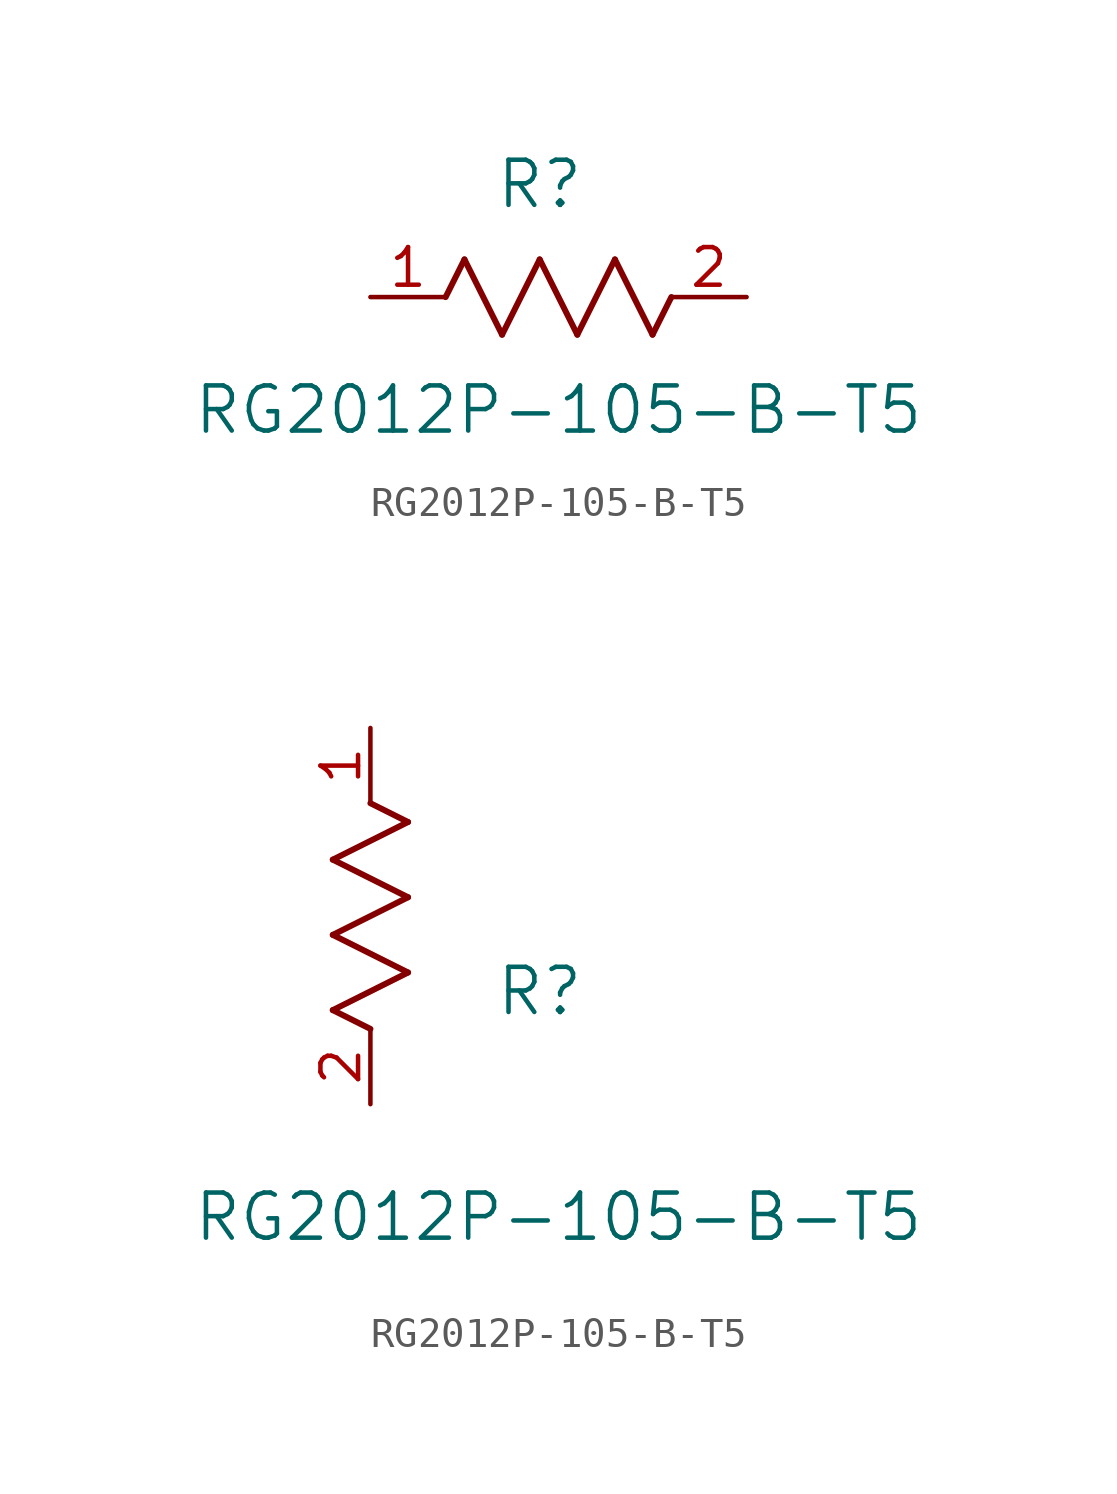
<source format=kicad_sym>
(kicad_symbol_lib
  (version 20211014)
  (generator kicad_symbol_editor)
  (symbol "RG2012P-105-B-T5"
    (pin_names
      (offset 0.254))
    (property "Reference" "R"
      (at 5.715 3.81 0)
      (effects (font (size 1.524 1.524))))
    (property "Value" "RG2012P-105-B-T5"
      (at 6.35 -3.81 0)
      (effects (font (size 1.524 1.524))))
    (symbol "RG2012P-105-B-T5_1_1"
      (polyline (pts (xy 3.175 1.27) (xy 4.445 -1.27)) (stroke (width 0.203) (type default) (color 0 0 0 0)) (fill (type none)))
      (polyline (pts (xy 4.445 -1.27) (xy 5.715 1.27)) (stroke (width 0.203) (type default) (color 0 0 0 0)) (fill (type none)))
      (polyline (pts (xy 5.715 1.27) (xy 6.985 -1.27)) (stroke (width 0.203) (type default) (color 0 0 0 0)) (fill (type none)))
      (polyline (pts (xy 6.985 -1.27) (xy 8.255 1.27)) (stroke (width 0.203) (type default) (color 0 0 0 0)) (fill (type none)))
      (polyline (pts (xy 8.255 1.27) (xy 9.525 -1.27)) (stroke (width 0.203) (type default) (color 0 0 0 0)) (fill (type none)))
      (polyline (pts (xy 2.54 0) (xy 3.175 1.27)) (stroke (width 0.203) (type default) (color 0 0 0 0)) (fill (type none)))
      (polyline (pts (xy 9.525 -1.27) (xy 10.16 0)) (stroke (width 0.203) (type default) (color 0 0 0 0)) (fill (type none)))
      (pin unspecified line (at 0 0 0) (length 2.54) (name "" (effects (font (size 1.27 1.27)))) (number "1" (effects (font (size 1.27 1.27)))))
      (pin unspecified line (at 12.7 0 180) (length 2.54) (name "" (effects (font (size 1.27 1.27)))) (number "2" (effects (font (size 1.27 1.27))))))
    (symbol "RG2012P-105-B-T5_1_2"
      (polyline (pts (xy 0 2.54) (xy -1.27 3.175)) (stroke (width 0.203) (type default) (color 0 0 0 0)) (fill (type none)))
      (polyline (pts (xy -1.27 3.175) (xy 1.27 4.445)) (stroke (width 0.203) (type default) (color 0 0 0 0)) (fill (type none)))
      (polyline (pts (xy 1.27 4.445) (xy -1.27 5.715)) (stroke (width 0.203) (type default) (color 0 0 0 0)) (fill (type none)))
      (polyline (pts (xy -1.27 5.715) (xy 1.27 6.985)) (stroke (width 0.203) (type default) (color 0 0 0 0)) (fill (type none)))
      (polyline (pts (xy -1.27 8.255) (xy 1.27 9.525)) (stroke (width 0.203) (type default) (color 0 0 0 0)) (fill (type none)))
      (polyline (pts (xy 1.27 9.525) (xy 0 10.16)) (stroke (width 0.203) (type default) (color 0 0 0 0)) (fill (type none)))
      (polyline (pts (xy 1.27 6.985) (xy -1.27 8.255)) (stroke (width 0.203) (type default) (color 0 0 0 0)) (fill (type none)))
      (pin unspecified line (at 0 12.7 270) (length 2.54) (name "" (effects (font (size 1.27 1.27)))) (number "1" (effects (font (size 1.27 1.27)))))
      (pin unspecified line (at 0 0 90) (length 2.54) (name "" (effects (font (size 1.27 1.27)))) (number "2" (effects (font (size 1.27 1.27))))))))
</source>
